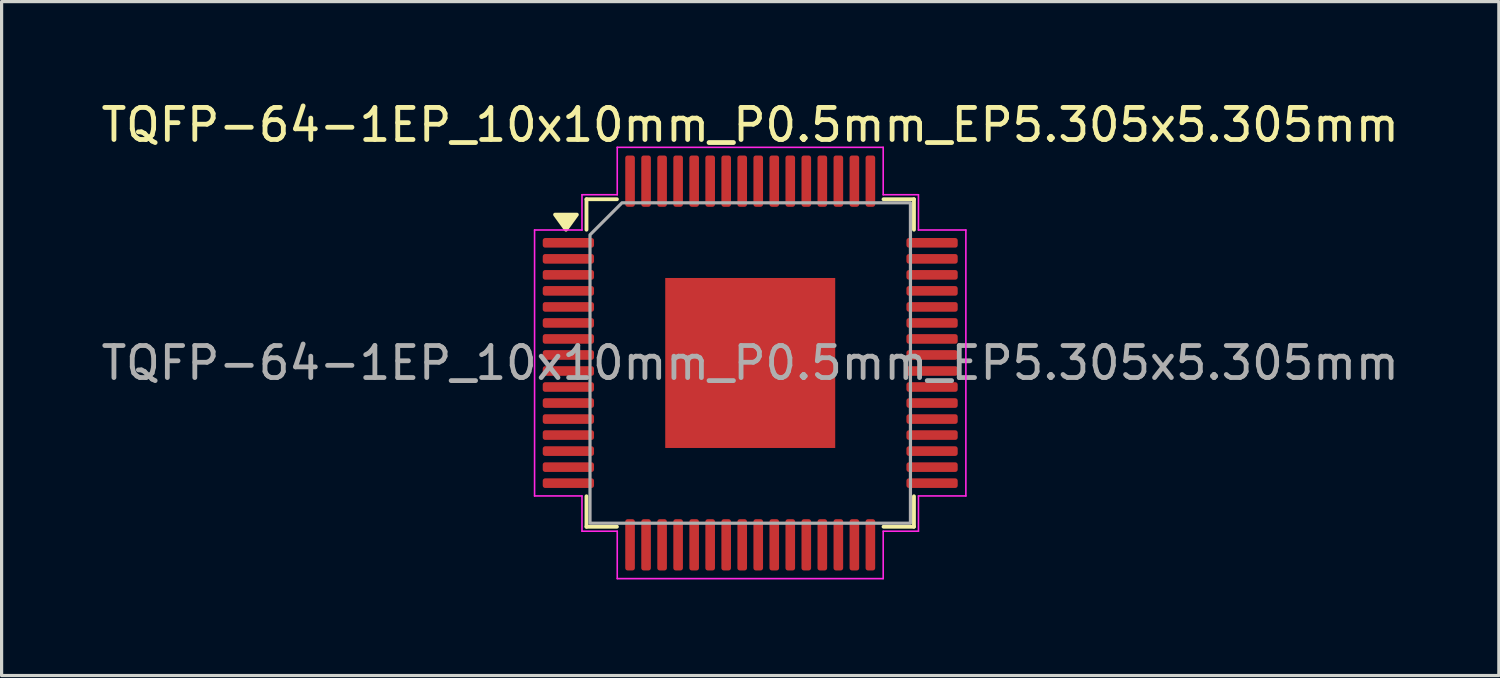
<source format=kicad_pcb>
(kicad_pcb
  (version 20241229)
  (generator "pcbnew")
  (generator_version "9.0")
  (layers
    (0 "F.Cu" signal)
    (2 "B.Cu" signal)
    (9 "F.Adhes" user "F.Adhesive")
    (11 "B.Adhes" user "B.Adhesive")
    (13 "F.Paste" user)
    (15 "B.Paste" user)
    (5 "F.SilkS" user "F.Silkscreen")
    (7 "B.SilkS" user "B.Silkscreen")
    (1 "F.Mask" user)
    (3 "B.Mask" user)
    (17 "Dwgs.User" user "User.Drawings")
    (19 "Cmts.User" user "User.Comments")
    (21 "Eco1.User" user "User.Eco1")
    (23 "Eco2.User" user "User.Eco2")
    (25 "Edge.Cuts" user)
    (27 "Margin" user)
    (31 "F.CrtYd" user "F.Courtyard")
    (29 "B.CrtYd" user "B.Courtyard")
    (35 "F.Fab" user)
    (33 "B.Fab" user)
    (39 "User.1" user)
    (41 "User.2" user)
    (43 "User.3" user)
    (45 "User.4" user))
  (footprint "TQFP-64-1EP_10x10mm_P0.5mm_EP5.305x5.305mm"
    (layer "F.Cu")
    (at 20.363 8.278)
    (property "Reference" "TQFP-64-1EP_10x10mm_P0.5mm_EP5.305x5.305mm" (at 0 -7.43 0) (layer "F.SilkS") (effects (font (size 1 1) (thickness 0.15))))
    (attr smd)
    (fp_line (start -5.11 -5.11) (end -4.16 -5.11) (stroke (width 0.12) (type solid)) (layer "F.SilkS"))
    (fp_line (start -5.11 -4.16) (end -5.11 -5.11) (stroke (width 0.12) (type solid)) (layer "F.SilkS"))
    (fp_line (start -5.11 5.11) (end -5.11 4.16) (stroke (width 0.12) (type solid)) (layer "F.SilkS"))
    (fp_line (start -4.16 5.11) (end -5.11 5.11) (stroke (width 0.12) (type solid)) (layer "F.SilkS"))
    (fp_line (start 4.16 -5.11) (end 5.11 -5.11) (stroke (width 0.12) (type solid)) (layer "F.SilkS"))
    (fp_line (start 5.11 -5.11) (end 5.11 -4.16) (stroke (width 0.12) (type solid)) (layer "F.SilkS"))
    (fp_line (start 5.11 4.16) (end 5.11 5.11) (stroke (width 0.12) (type solid)) (layer "F.SilkS"))
    (fp_line (start 5.11 5.11) (end 4.16 5.11) (stroke (width 0.12) (type solid)) (layer "F.SilkS"))
    (fp_poly (pts (xy -5.75 -4.16) (xy -6.09 -4.63) (xy -5.41 -4.63)) (stroke (width 0.12) (type solid)) (fill yes) (layer "F.SilkS"))
    (fp_line (start -6.73 -4.15) (end -5.25 -4.15) (stroke (width 0.05) (type solid)) (layer "F.CrtYd"))
    (fp_line (start -6.73 4.15) (end -6.73 -4.15) (stroke (width 0.05) (type solid)) (layer "F.CrtYd"))
    (fp_line (start -5.25 -5.25) (end -4.15 -5.25) (stroke (width 0.05) (type solid)) (layer "F.CrtYd"))
    (fp_line (start -5.25 -4.15) (end -5.25 -5.25) (stroke (width 0.05) (type solid)) (layer "F.CrtYd"))
    (fp_line (start -5.25 4.15) (end -6.73 4.15) (stroke (width 0.05) (type solid)) (layer "F.CrtYd"))
    (fp_line (start -5.25 5.25) (end -5.25 4.15) (stroke (width 0.05) (type solid)) (layer "F.CrtYd"))
    (fp_line (start -4.15 -6.73) (end 4.15 -6.73) (stroke (width 0.05) (type solid)) (layer "F.CrtYd"))
    (fp_line (start -4.15 -5.25) (end -4.15 -6.73) (stroke (width 0.05) (type solid)) (layer "F.CrtYd"))
    (fp_line (start -4.15 5.25) (end -5.25 5.25) (stroke (width 0.05) (type solid)) (layer "F.CrtYd"))
    (fp_line (start -4.15 6.73) (end -4.15 5.25) (stroke (width 0.05) (type solid)) (layer "F.CrtYd"))
    (fp_line (start 4.15 -6.73) (end 4.15 -5.25) (stroke (width 0.05) (type solid)) (layer "F.CrtYd"))
    (fp_line (start 4.15 -5.25) (end 5.25 -5.25) (stroke (width 0.05) (type solid)) (layer "F.CrtYd"))
    (fp_line (start 4.15 5.25) (end 4.15 6.73) (stroke (width 0.05) (type solid)) (layer "F.CrtYd"))
    (fp_line (start 4.15 6.73) (end -4.15 6.73) (stroke (width 0.05) (type solid)) (layer "F.CrtYd"))
    (fp_line (start 5.25 -5.25) (end 5.25 -4.15) (stroke (width 0.05) (type solid)) (layer "F.CrtYd"))
    (fp_line (start 5.25 -4.15) (end 6.73 -4.15) (stroke (width 0.05) (type solid)) (layer "F.CrtYd"))
    (fp_line (start 5.25 4.15) (end 5.25 5.25) (stroke (width 0.05) (type solid)) (layer "F.CrtYd"))
    (fp_line (start 5.25 5.25) (end 4.15 5.25) (stroke (width 0.05) (type solid)) (layer "F.CrtYd"))
    (fp_line (start 6.73 -4.15) (end 6.73 4.15) (stroke (width 0.05) (type solid)) (layer "F.CrtYd"))
    (fp_line (start 6.73 4.15) (end 5.25 4.15) (stroke (width 0.05) (type solid)) (layer "F.CrtYd"))
    (fp_poly (pts (xy -5 -4) (xy -5 5) (xy 5 5) (xy 5 -5) (xy -4 -5)) (stroke (width 0.1) (type solid)) (fill no) (layer "F.Fab"))
    (fp_text user "${REFERENCE}" (at 0 0 0) (layer "F.Fab") (effects (font (size 1 1) (thickness 0.15))))
    (pad "" smd roundrect (at -1.995 -1.995) (size 1.07 1.07) (layers "F.Paste") (roundrect_rratio 0.234))
    (pad "" smd roundrect (at -1.995 -0.665) (size 1.07 1.07) (layers "F.Paste") (roundrect_rratio 0.234))
    (pad "" smd roundrect (at -1.995 0.665) (size 1.07 1.07) (layers "F.Paste") (roundrect_rratio 0.234))
    (pad "" smd roundrect (at -1.995 1.995) (size 1.07 1.07) (layers "F.Paste") (roundrect_rratio 0.234))
    (pad "" smd roundrect (at -0.665 -1.995) (size 1.07 1.07) (layers "F.Paste") (roundrect_rratio 0.234))
    (pad "" smd roundrect (at -0.665 -0.665) (size 1.07 1.07) (layers "F.Paste") (roundrect_rratio 0.234))
    (pad "" smd roundrect (at -0.665 0.665) (size 1.07 1.07) (layers "F.Paste") (roundrect_rratio 0.234))
    (pad "" smd roundrect (at -0.665 1.995) (size 1.07 1.07) (layers "F.Paste") (roundrect_rratio 0.234))
    (pad "" smd roundrect (at 0.665 -1.995) (size 1.07 1.07) (layers "F.Paste") (roundrect_rratio 0.234))
    (pad "" smd roundrect (at 0.665 -0.665) (size 1.07 1.07) (layers "F.Paste") (roundrect_rratio 0.234))
    (pad "" smd roundrect (at 0.665 0.665) (size 1.07 1.07) (layers "F.Paste") (roundrect_rratio 0.234))
    (pad "" smd roundrect (at 0.665 1.995) (size 1.07 1.07) (layers "F.Paste") (roundrect_rratio 0.234))
    (pad "" smd roundrect (at 1.995 -1.995) (size 1.07 1.07) (layers "F.Paste") (roundrect_rratio 0.234))
    (pad "" smd roundrect (at 1.995 -0.665) (size 1.07 1.07) (layers "F.Paste") (roundrect_rratio 0.234))
    (pad "" smd roundrect (at 1.995 0.665) (size 1.07 1.07) (layers "F.Paste") (roundrect_rratio 0.234))
    (pad "" smd roundrect (at 1.995 1.995) (size 1.07 1.07) (layers "F.Paste") (roundrect_rratio 0.234))
    (pad "1" smd roundrect (at -5.675 -3.75) (size 1.6 0.3) (layers "F.Cu" "F.Mask" "F.Paste") (roundrect_rratio 0.25))
    (pad "2" smd roundrect (at -5.675 -3.25) (size 1.6 0.3) (layers "F.Cu" "F.Mask" "F.Paste") (roundrect_rratio 0.25))
    (pad "3" smd roundrect (at -5.675 -2.75) (size 1.6 0.3) (layers "F.Cu" "F.Mask" "F.Paste") (roundrect_rratio 0.25))
    (pad "4" smd roundrect (at -5.675 -2.25) (size 1.6 0.3) (layers "F.Cu" "F.Mask" "F.Paste") (roundrect_rratio 0.25))
    (pad "5" smd roundrect (at -5.675 -1.75) (size 1.6 0.3) (layers "F.Cu" "F.Mask" "F.Paste") (roundrect_rratio 0.25))
    (pad "6" smd roundrect (at -5.675 -1.25) (size 1.6 0.3) (layers "F.Cu" "F.Mask" "F.Paste") (roundrect_rratio 0.25))
    (pad "7" smd roundrect (at -5.675 -0.75) (size 1.6 0.3) (layers "F.Cu" "F.Mask" "F.Paste") (roundrect_rratio 0.25))
    (pad "8" smd roundrect (at -5.675 -0.25) (size 1.6 0.3) (layers "F.Cu" "F.Mask" "F.Paste") (roundrect_rratio 0.25))
    (pad "9" smd roundrect (at -5.675 0.25) (size 1.6 0.3) (layers "F.Cu" "F.Mask" "F.Paste") (roundrect_rratio 0.25))
    (pad "10" smd roundrect (at -5.675 0.75) (size 1.6 0.3) (layers "F.Cu" "F.Mask" "F.Paste") (roundrect_rratio 0.25))
    (pad "11" smd roundrect (at -5.675 1.25) (size 1.6 0.3) (layers "F.Cu" "F.Mask" "F.Paste") (roundrect_rratio 0.25))
    (pad "12" smd roundrect (at -5.675 1.75) (size 1.6 0.3) (layers "F.Cu" "F.Mask" "F.Paste") (roundrect_rratio 0.25))
    (pad "13" smd roundrect (at -5.675 2.25) (size 1.6 0.3) (layers "F.Cu" "F.Mask" "F.Paste") (roundrect_rratio 0.25))
    (pad "14" smd roundrect (at -5.675 2.75) (size 1.6 0.3) (layers "F.Cu" "F.Mask" "F.Paste") (roundrect_rratio 0.25))
    (pad "15" smd roundrect (at -5.675 3.25) (size 1.6 0.3) (layers "F.Cu" "F.Mask" "F.Paste") (roundrect_rratio 0.25))
    (pad "16" smd roundrect (at -5.675 3.75) (size 1.6 0.3) (layers "F.Cu" "F.Mask" "F.Paste") (roundrect_rratio 0.25))
    (pad "17" smd roundrect (at -3.75 5.675) (size 0.3 1.6) (layers "F.Cu" "F.Mask" "F.Paste") (roundrect_rratio 0.25))
    (pad "18" smd roundrect (at -3.25 5.675) (size 0.3 1.6) (layers "F.Cu" "F.Mask" "F.Paste") (roundrect_rratio 0.25))
    (pad "19" smd roundrect (at -2.75 5.675) (size 0.3 1.6) (layers "F.Cu" "F.Mask" "F.Paste") (roundrect_rratio 0.25))
    (pad "20" smd roundrect (at -2.25 5.675) (size 0.3 1.6) (layers "F.Cu" "F.Mask" "F.Paste") (roundrect_rratio 0.25))
    (pad "21" smd roundrect (at -1.75 5.675) (size 0.3 1.6) (layers "F.Cu" "F.Mask" "F.Paste") (roundrect_rratio 0.25))
    (pad "22" smd roundrect (at -1.25 5.675) (size 0.3 1.6) (layers "F.Cu" "F.Mask" "F.Paste") (roundrect_rratio 0.25))
    (pad "23" smd roundrect (at -0.75 5.675) (size 0.3 1.6) (layers "F.Cu" "F.Mask" "F.Paste") (roundrect_rratio 0.25))
    (pad "24" smd roundrect (at -0.25 5.675) (size 0.3 1.6) (layers "F.Cu" "F.Mask" "F.Paste") (roundrect_rratio 0.25))
    (pad "25" smd roundrect (at 0.25 5.675) (size 0.3 1.6) (layers "F.Cu" "F.Mask" "F.Paste") (roundrect_rratio 0.25))
    (pad "26" smd roundrect (at 0.75 5.675) (size 0.3 1.6) (layers "F.Cu" "F.Mask" "F.Paste") (roundrect_rratio 0.25))
    (pad "27" smd roundrect (at 1.25 5.675) (size 0.3 1.6) (layers "F.Cu" "F.Mask" "F.Paste") (roundrect_rratio 0.25))
    (pad "28" smd roundrect (at 1.75 5.675) (size 0.3 1.6) (layers "F.Cu" "F.Mask" "F.Paste") (roundrect_rratio 0.25))
    (pad "29" smd roundrect (at 2.25 5.675) (size 0.3 1.6) (layers "F.Cu" "F.Mask" "F.Paste") (roundrect_rratio 0.25))
    (pad "30" smd roundrect (at 2.75 5.675) (size 0.3 1.6) (layers "F.Cu" "F.Mask" "F.Paste") (roundrect_rratio 0.25))
    (pad "31" smd roundrect (at 3.25 5.675) (size 0.3 1.6) (layers "F.Cu" "F.Mask" "F.Paste") (roundrect_rratio 0.25))
    (pad "32" smd roundrect (at 3.75 5.675) (size 0.3 1.6) (layers "F.Cu" "F.Mask" "F.Paste") (roundrect_rratio 0.25))
    (pad "33" smd roundrect (at 5.675 3.75) (size 1.6 0.3) (layers "F.Cu" "F.Mask" "F.Paste") (roundrect_rratio 0.25))
    (pad "34" smd roundrect (at 5.675 3.25) (size 1.6 0.3) (layers "F.Cu" "F.Mask" "F.Paste") (roundrect_rratio 0.25))
    (pad "35" smd roundrect (at 5.675 2.75) (size 1.6 0.3) (layers "F.Cu" "F.Mask" "F.Paste") (roundrect_rratio 0.25))
    (pad "36" smd roundrect (at 5.675 2.25) (size 1.6 0.3) (layers "F.Cu" "F.Mask" "F.Paste") (roundrect_rratio 0.25))
    (pad "37" smd roundrect (at 5.675 1.75) (size 1.6 0.3) (layers "F.Cu" "F.Mask" "F.Paste") (roundrect_rratio 0.25))
    (pad "38" smd roundrect (at 5.675 1.25) (size 1.6 0.3) (layers "F.Cu" "F.Mask" "F.Paste") (roundrect_rratio 0.25))
    (pad "39" smd roundrect (at 5.675 0.75) (size 1.6 0.3) (layers "F.Cu" "F.Mask" "F.Paste") (roundrect_rratio 0.25))
    (pad "40" smd roundrect (at 5.675 0.25) (size 1.6 0.3) (layers "F.Cu" "F.Mask" "F.Paste") (roundrect_rratio 0.25))
    (pad "41" smd roundrect (at 5.675 -0.25) (size 1.6 0.3) (layers "F.Cu" "F.Mask" "F.Paste") (roundrect_rratio 0.25))
    (pad "42" smd roundrect (at 5.675 -0.75) (size 1.6 0.3) (layers "F.Cu" "F.Mask" "F.Paste") (roundrect_rratio 0.25))
    (pad "43" smd roundrect (at 5.675 -1.25) (size 1.6 0.3) (layers "F.Cu" "F.Mask" "F.Paste") (roundrect_rratio 0.25))
    (pad "44" smd roundrect (at 5.675 -1.75) (size 1.6 0.3) (layers "F.Cu" "F.Mask" "F.Paste") (roundrect_rratio 0.25))
    (pad "45" smd roundrect (at 5.675 -2.25) (size 1.6 0.3) (layers "F.Cu" "F.Mask" "F.Paste") (roundrect_rratio 0.25))
    (pad "46" smd roundrect (at 5.675 -2.75) (size 1.6 0.3) (layers "F.Cu" "F.Mask" "F.Paste") (roundrect_rratio 0.25))
    (pad "47" smd roundrect (at 5.675 -3.25) (size 1.6 0.3) (layers "F.Cu" "F.Mask" "F.Paste") (roundrect_rratio 0.25))
    (pad "48" smd roundrect (at 5.675 -3.75) (size 1.6 0.3) (layers "F.Cu" "F.Mask" "F.Paste") (roundrect_rratio 0.25))
    (pad "49" smd roundrect (at 3.75 -5.675) (size 0.3 1.6) (layers "F.Cu" "F.Mask" "F.Paste") (roundrect_rratio 0.25))
    (pad "50" smd roundrect (at 3.25 -5.675) (size 0.3 1.6) (layers "F.Cu" "F.Mask" "F.Paste") (roundrect_rratio 0.25))
    (pad "51" smd roundrect (at 2.75 -5.675) (size 0.3 1.6) (layers "F.Cu" "F.Mask" "F.Paste") (roundrect_rratio 0.25))
    (pad "52" smd roundrect (at 2.25 -5.675) (size 0.3 1.6) (layers "F.Cu" "F.Mask" "F.Paste") (roundrect_rratio 0.25))
    (pad "53" smd roundrect (at 1.75 -5.675) (size 0.3 1.6) (layers "F.Cu" "F.Mask" "F.Paste") (roundrect_rratio 0.25))
    (pad "54" smd roundrect (at 1.25 -5.675) (size 0.3 1.6) (layers "F.Cu" "F.Mask" "F.Paste") (roundrect_rratio 0.25))
    (pad "55" smd roundrect (at 0.75 -5.675) (size 0.3 1.6) (layers "F.Cu" "F.Mask" "F.Paste") (roundrect_rratio 0.25))
    (pad "56" smd roundrect (at 0.25 -5.675) (size 0.3 1.6) (layers "F.Cu" "F.Mask" "F.Paste") (roundrect_rratio 0.25))
    (pad "57" smd roundrect (at -0.25 -5.675) (size 0.3 1.6) (layers "F.Cu" "F.Mask" "F.Paste") (roundrect_rratio 0.25))
    (pad "58" smd roundrect (at -0.75 -5.675) (size 0.3 1.6) (layers "F.Cu" "F.Mask" "F.Paste") (roundrect_rratio 0.25))
    (pad "59" smd roundrect (at -1.25 -5.675) (size 0.3 1.6) (layers "F.Cu" "F.Mask" "F.Paste") (roundrect_rratio 0.25))
    (pad "60" smd roundrect (at -1.75 -5.675) (size 0.3 1.6) (layers "F.Cu" "F.Mask" "F.Paste") (roundrect_rratio 0.25))
    (pad "61" smd roundrect (at -2.25 -5.675) (size 0.3 1.6) (layers "F.Cu" "F.Mask" "F.Paste") (roundrect_rratio 0.25))
    (pad "62" smd roundrect (at -2.75 -5.675) (size 0.3 1.6) (layers "F.Cu" "F.Mask" "F.Paste") (roundrect_rratio 0.25))
    (pad "63" smd roundrect (at -3.25 -5.675) (size 0.3 1.6) (layers "F.Cu" "F.Mask" "F.Paste") (roundrect_rratio 0.25))
    (pad "64" smd roundrect (at -3.75 -5.675) (size 0.3 1.6) (layers "F.Cu" "F.Mask" "F.Paste") (roundrect_rratio 0.25))
    (pad "65" smd rect (at 0 0) (size 5.305 5.305) (property pad_prop_heatsink) (layers "F.Cu" "F.Mask")))
  (gr_rect
    (start -3 -3)
    (end 43.726 18.033)
    (stroke (width 0.1) (type default))
    (fill no)
    (layer "Edge.Cuts")))
</source>
